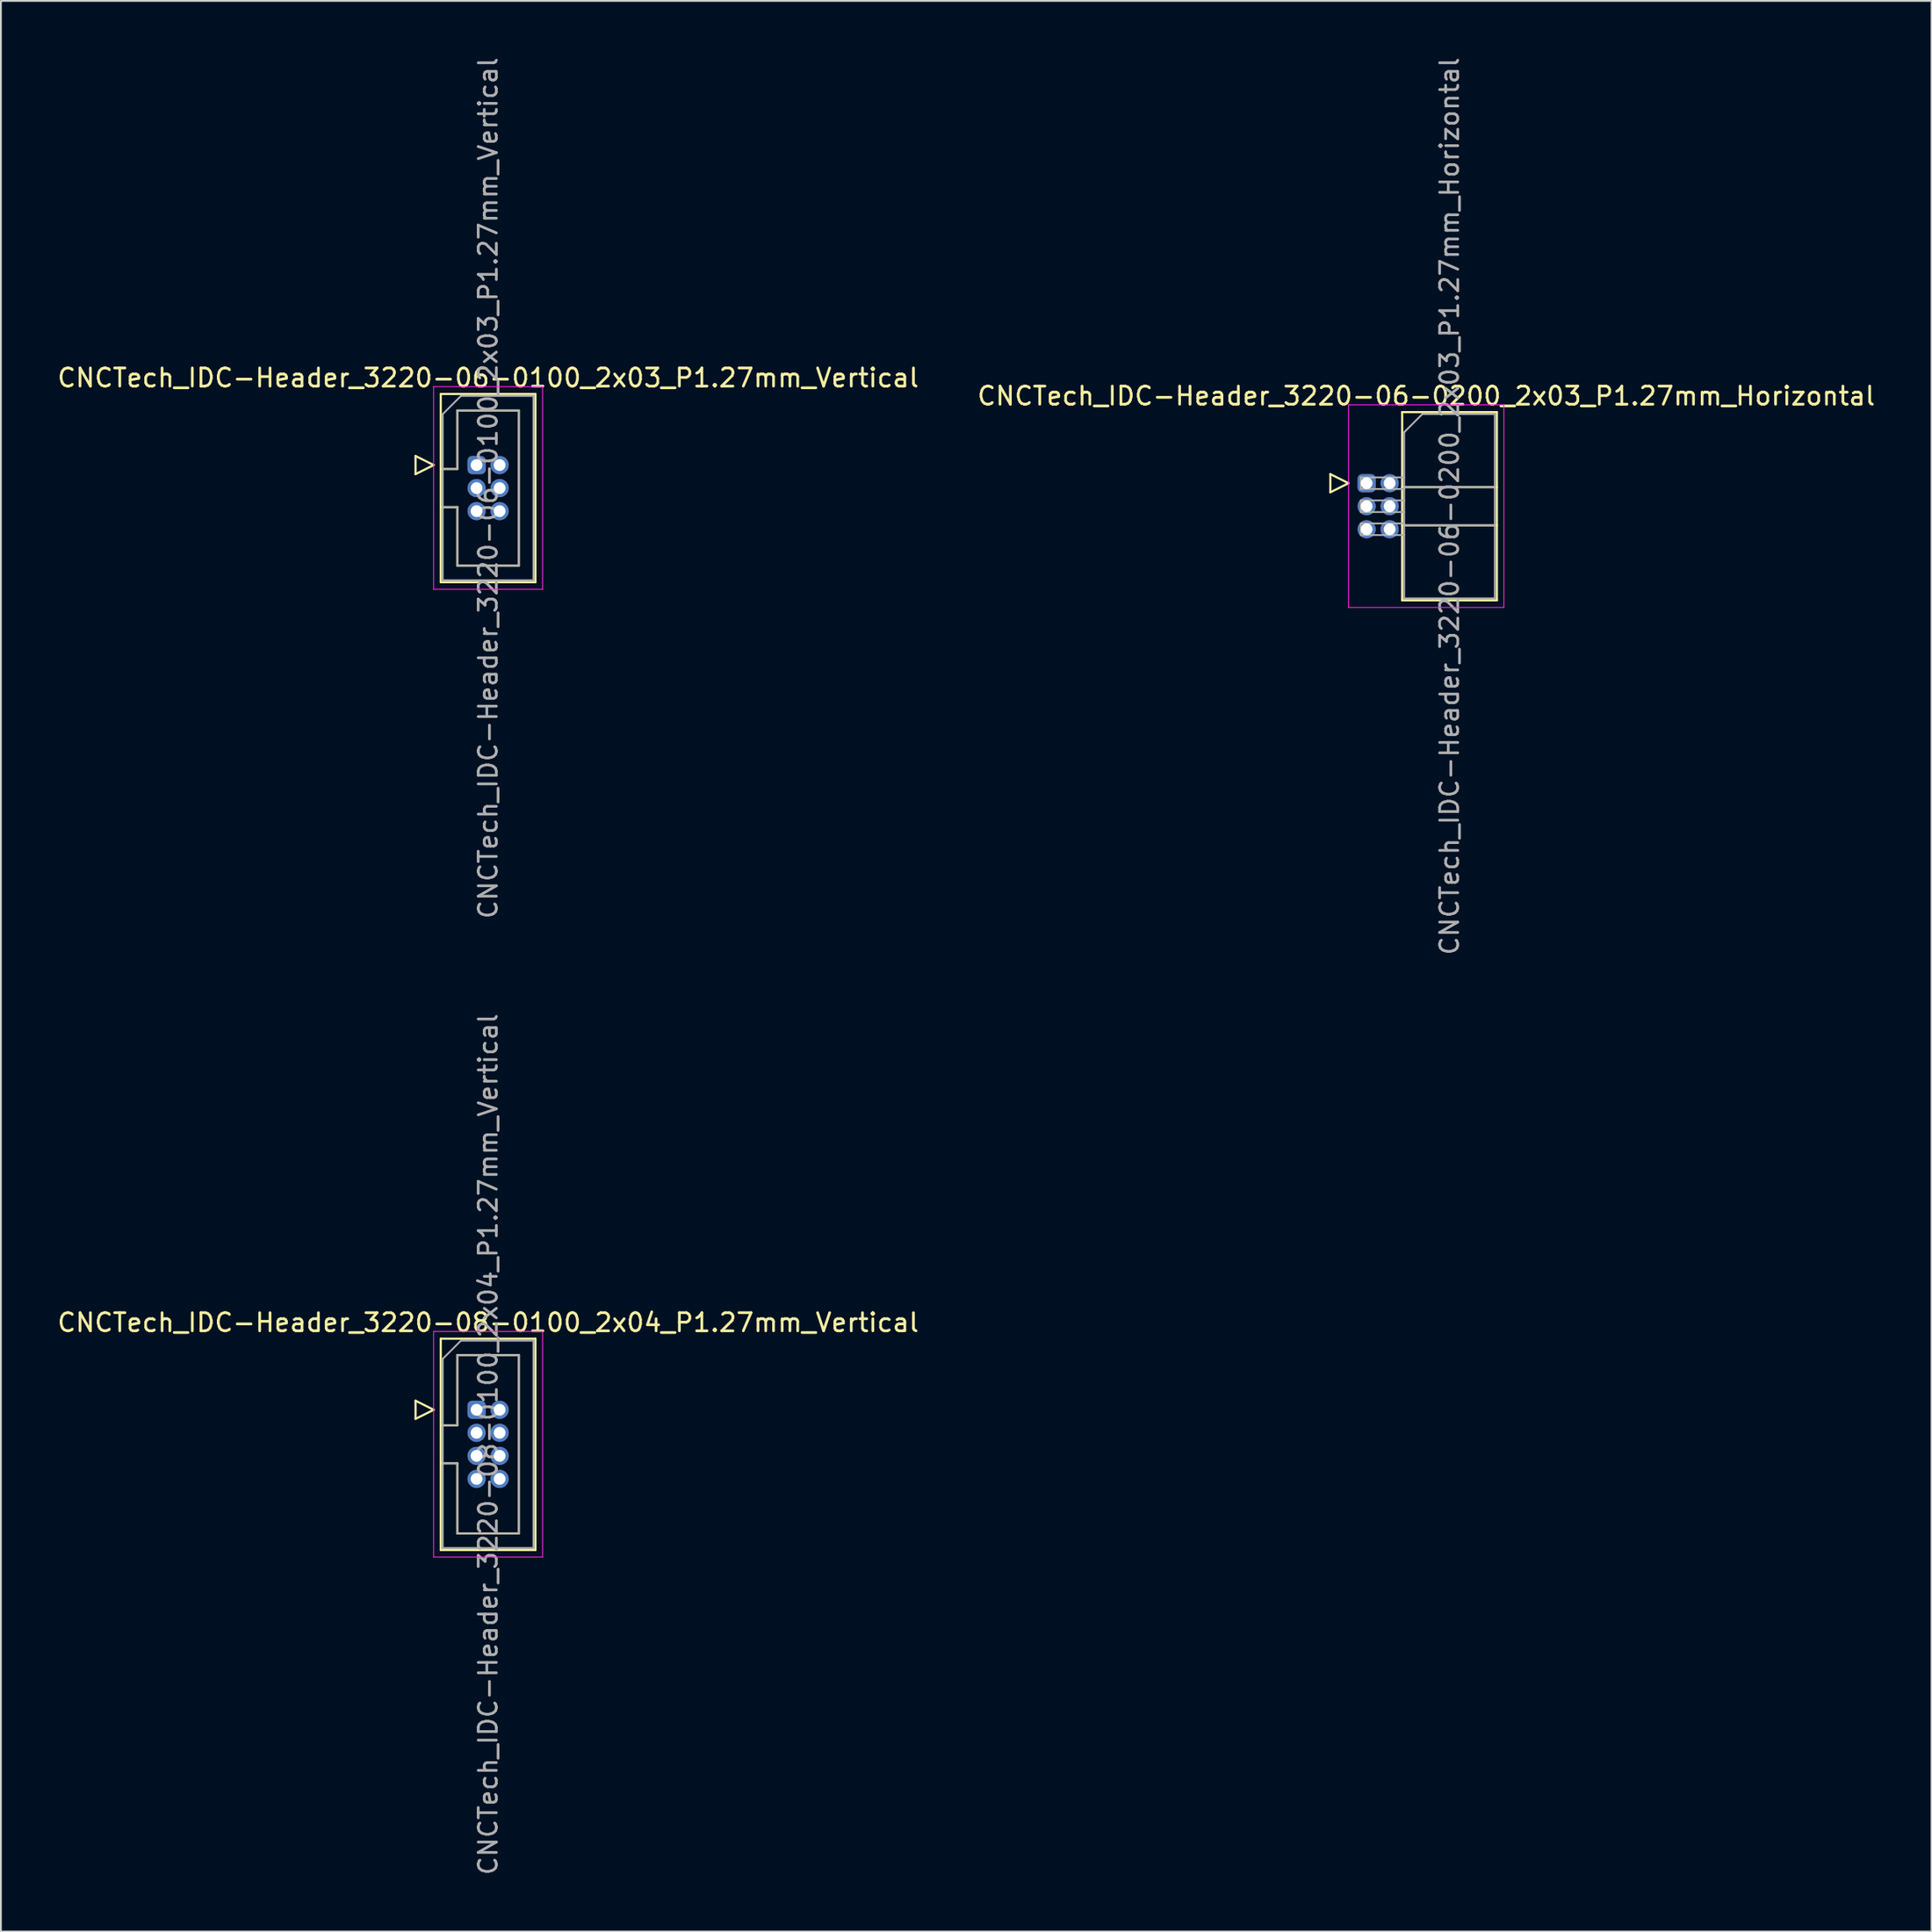
<source format=kicad_pcb>
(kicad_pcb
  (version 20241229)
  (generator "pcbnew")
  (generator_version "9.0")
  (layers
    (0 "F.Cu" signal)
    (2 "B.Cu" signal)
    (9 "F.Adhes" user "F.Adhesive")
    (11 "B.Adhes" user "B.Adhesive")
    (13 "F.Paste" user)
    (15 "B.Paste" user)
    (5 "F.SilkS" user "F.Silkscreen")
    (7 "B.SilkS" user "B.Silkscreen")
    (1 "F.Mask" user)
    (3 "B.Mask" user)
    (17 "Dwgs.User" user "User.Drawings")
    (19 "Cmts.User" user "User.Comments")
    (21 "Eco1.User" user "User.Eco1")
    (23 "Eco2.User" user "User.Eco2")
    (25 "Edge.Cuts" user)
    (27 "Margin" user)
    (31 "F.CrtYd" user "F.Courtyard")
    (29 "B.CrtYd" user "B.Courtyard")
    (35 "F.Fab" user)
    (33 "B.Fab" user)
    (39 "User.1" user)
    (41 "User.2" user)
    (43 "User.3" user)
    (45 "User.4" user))
  (footprint "CNCTech_IDC-Header_3220-08-0100_2x04_P1.27mm_Vertical"
    (layer "F.Cu")
    (at 23.228 74.684)
    (property "Reference" "CNCTech_IDC-Header_3220-08-0100_2x04_P1.27mm_Vertical" (at 0.635 -4.81 0) (layer "F.SilkS") (effects (font (size 1 1) (thickness 0.15))))
    (attr through_hole)
    (fp_line (start -3.365 -0.5) (end -3.365 0.5) (stroke (width 0.12) (type solid)) (layer "F.SilkS"))
    (fp_line (start -3.365 0.5) (end -2.365 0) (stroke (width 0.12) (type solid)) (layer "F.SilkS"))
    (fp_line (start -2.365 0) (end -3.365 -0.5) (stroke (width 0.12) (type solid)) (layer "F.SilkS"))
    (fp_line (start -1.975 -3.92) (end 3.245 -3.92) (stroke (width 0.12) (type solid)) (layer "F.SilkS"))
    (fp_line (start -1.975 0.855) (end -1.065 0.855) (stroke (width 0.12) (type solid)) (layer "F.SilkS"))
    (fp_line (start -1.975 7.73) (end -1.975 -3.92) (stroke (width 0.12) (type solid)) (layer "F.SilkS"))
    (fp_line (start -1.065 -3.01) (end 2.335 -3.01) (stroke (width 0.12) (type solid)) (layer "F.SilkS"))
    (fp_line (start -1.065 0.855) (end -1.065 -3.01) (stroke (width 0.12) (type solid)) (layer "F.SilkS"))
    (fp_line (start -1.065 2.955) (end -1.975 2.955) (stroke (width 0.12) (type solid)) (layer "F.SilkS"))
    (fp_line (start -1.065 2.955) (end -1.065 2.955) (stroke (width 0.12) (type solid)) (layer "F.SilkS"))
    (fp_line (start -1.065 6.82) (end -1.065 2.955) (stroke (width 0.12) (type solid)) (layer "F.SilkS"))
    (fp_line (start 2.335 -3.01) (end 2.335 6.82) (stroke (width 0.12) (type solid)) (layer "F.SilkS"))
    (fp_line (start 2.335 6.82) (end -1.065 6.82) (stroke (width 0.12) (type solid)) (layer "F.SilkS"))
    (fp_line (start 3.245 -3.92) (end 3.245 7.73) (stroke (width 0.12) (type solid)) (layer "F.SilkS"))
    (fp_line (start 3.245 7.73) (end -1.975 7.73) (stroke (width 0.12) (type solid)) (layer "F.SilkS"))
    (fp_line (start -2.37 -4.32) (end -2.37 8.12) (stroke (width 0.05) (type solid)) (layer "F.CrtYd"))
    (fp_line (start -2.37 8.12) (end 3.64 8.12) (stroke (width 0.05) (type solid)) (layer "F.CrtYd"))
    (fp_line (start 3.64 -4.32) (end -2.37 -4.32) (stroke (width 0.05) (type solid)) (layer "F.CrtYd"))
    (fp_line (start 3.64 8.12) (end 3.64 -4.32) (stroke (width 0.05) (type solid)) (layer "F.CrtYd"))
    (fp_line (start -1.865 -2.81) (end -0.865 -3.81) (stroke (width 0.1) (type solid)) (layer "F.Fab"))
    (fp_line (start -1.865 0.855) (end -1.065 0.855) (stroke (width 0.1) (type solid)) (layer "F.Fab"))
    (fp_line (start -1.865 7.62) (end -1.865 -2.81) (stroke (width 0.1) (type solid)) (layer "F.Fab"))
    (fp_line (start -1.065 -3.01) (end 2.335 -3.01) (stroke (width 0.1) (type solid)) (layer "F.Fab"))
    (fp_line (start -1.065 0.855) (end -1.065 -3.01) (stroke (width 0.1) (type solid)) (layer "F.Fab"))
    (fp_line (start -1.065 2.955) (end -1.865 2.955) (stroke (width 0.1) (type solid)) (layer "F.Fab"))
    (fp_line (start -1.065 2.955) (end -1.065 2.955) (stroke (width 0.1) (type solid)) (layer "F.Fab"))
    (fp_line (start -1.065 6.82) (end -1.065 2.955) (stroke (width 0.1) (type solid)) (layer "F.Fab"))
    (fp_line (start -0.865 -3.81) (end 3.135 -3.81) (stroke (width 0.1) (type solid)) (layer "F.Fab"))
    (fp_line (start 2.335 -3.01) (end 2.335 6.82) (stroke (width 0.1) (type solid)) (layer "F.Fab"))
    (fp_line (start 2.335 6.82) (end -1.065 6.82) (stroke (width 0.1) (type solid)) (layer "F.Fab"))
    (fp_line (start 3.135 -3.81) (end 3.135 7.62) (stroke (width 0.1) (type solid)) (layer "F.Fab"))
    (fp_line (start 3.135 7.62) (end -1.865 7.62) (stroke (width 0.1) (type solid)) (layer "F.Fab"))
    (fp_text user "${REFERENCE}" (at 0.635 1.905 90) (layer "F.Fab") (effects (font (size 1 1) (thickness 0.15))))
    (pad "1" thru_hole roundrect (at 0 0) (size 1 1) (drill 0.65) (layers "*.Cu" "*.Mask") (roundrect_rratio 0.25))
    (pad "2" thru_hole circle (at 1.27 0) (size 1 1) (drill 0.65) (layers "*.Cu" "*.Mask"))
    (pad "3" thru_hole circle (at 0 1.27) (size 1 1) (drill 0.65) (layers "*.Cu" "*.Mask"))
    (pad "4" thru_hole circle (at 1.27 1.27) (size 1 1) (drill 0.65) (layers "*.Cu" "*.Mask"))
    (pad "5" thru_hole circle (at 0 2.54) (size 1 1) (drill 0.65) (layers "*.Cu" "*.Mask"))
    (pad "6" thru_hole circle (at 1.27 2.54) (size 1 1) (drill 0.65) (layers "*.Cu" "*.Mask"))
    (pad "7" thru_hole circle (at 0 3.81) (size 1 1) (drill 0.65) (layers "*.Cu" "*.Mask"))
    (pad "8" thru_hole circle (at 1.27 3.81) (size 1 1) (drill 0.65) (layers "*.Cu" "*.Mask")))
  (footprint "CNCTech_IDC-Header_3220-06-0100_2x03_P1.27mm_Vertical"
    (layer "F.Cu")
    (at 23.228 22.593)
    (property "Reference" "CNCTech_IDC-Header_3220-06-0100_2x03_P1.27mm_Vertical" (at 0.635 -4.81 0) (layer "F.SilkS") (effects (font (size 1 1) (thickness 0.15))))
    (attr through_hole)
    (fp_line (start -3.365 -0.5) (end -3.365 0.5) (stroke (width 0.12) (type solid)) (layer "F.SilkS"))
    (fp_line (start -3.365 0.5) (end -2.365 0) (stroke (width 0.12) (type solid)) (layer "F.SilkS"))
    (fp_line (start -2.365 0) (end -3.365 -0.5) (stroke (width 0.12) (type solid)) (layer "F.SilkS"))
    (fp_line (start -1.975 -3.92) (end 3.245 -3.92) (stroke (width 0.12) (type solid)) (layer "F.SilkS"))
    (fp_line (start -1.975 0.22) (end -1.065 0.22) (stroke (width 0.12) (type solid)) (layer "F.SilkS"))
    (fp_line (start -1.975 6.46) (end -1.975 -3.92) (stroke (width 0.12) (type solid)) (layer "F.SilkS"))
    (fp_line (start -1.065 -3.01) (end 2.335 -3.01) (stroke (width 0.12) (type solid)) (layer "F.SilkS"))
    (fp_line (start -1.065 0.22) (end -1.065 -3.01) (stroke (width 0.12) (type solid)) (layer "F.SilkS"))
    (fp_line (start -1.065 2.32) (end -1.975 2.32) (stroke (width 0.12) (type solid)) (layer "F.SilkS"))
    (fp_line (start -1.065 2.32) (end -1.065 2.32) (stroke (width 0.12) (type solid)) (layer "F.SilkS"))
    (fp_line (start -1.065 5.55) (end -1.065 2.32) (stroke (width 0.12) (type solid)) (layer "F.SilkS"))
    (fp_line (start 2.335 -3.01) (end 2.335 5.55) (stroke (width 0.12) (type solid)) (layer "F.SilkS"))
    (fp_line (start 2.335 5.55) (end -1.065 5.55) (stroke (width 0.12) (type solid)) (layer "F.SilkS"))
    (fp_line (start 3.245 -3.92) (end 3.245 6.46) (stroke (width 0.12) (type solid)) (layer "F.SilkS"))
    (fp_line (start 3.245 6.46) (end -1.975 6.46) (stroke (width 0.12) (type solid)) (layer "F.SilkS"))
    (fp_line (start -2.37 -4.32) (end -2.37 6.85) (stroke (width 0.05) (type solid)) (layer "F.CrtYd"))
    (fp_line (start -2.37 6.85) (end 3.64 6.85) (stroke (width 0.05) (type solid)) (layer "F.CrtYd"))
    (fp_line (start 3.64 -4.32) (end -2.37 -4.32) (stroke (width 0.05) (type solid)) (layer "F.CrtYd"))
    (fp_line (start 3.64 6.85) (end 3.64 -4.32) (stroke (width 0.05) (type solid)) (layer "F.CrtYd"))
    (fp_line (start -1.865 -2.81) (end -0.865 -3.81) (stroke (width 0.1) (type solid)) (layer "F.Fab"))
    (fp_line (start -1.865 0.22) (end -1.065 0.22) (stroke (width 0.1) (type solid)) (layer "F.Fab"))
    (fp_line (start -1.865 6.35) (end -1.865 -2.81) (stroke (width 0.1) (type solid)) (layer "F.Fab"))
    (fp_line (start -1.065 -3.01) (end 2.335 -3.01) (stroke (width 0.1) (type solid)) (layer "F.Fab"))
    (fp_line (start -1.065 0.22) (end -1.065 -3.01) (stroke (width 0.1) (type solid)) (layer "F.Fab"))
    (fp_line (start -1.065 2.32) (end -1.865 2.32) (stroke (width 0.1) (type solid)) (layer "F.Fab"))
    (fp_line (start -1.065 2.32) (end -1.065 2.32) (stroke (width 0.1) (type solid)) (layer "F.Fab"))
    (fp_line (start -1.065 5.55) (end -1.065 2.32) (stroke (width 0.1) (type solid)) (layer "F.Fab"))
    (fp_line (start -0.865 -3.81) (end 3.135 -3.81) (stroke (width 0.1) (type solid)) (layer "F.Fab"))
    (fp_line (start 2.335 -3.01) (end 2.335 5.55) (stroke (width 0.1) (type solid)) (layer "F.Fab"))
    (fp_line (start 2.335 5.55) (end -1.065 5.55) (stroke (width 0.1) (type solid)) (layer "F.Fab"))
    (fp_line (start 3.135 -3.81) (end 3.135 6.35) (stroke (width 0.1) (type solid)) (layer "F.Fab"))
    (fp_line (start 3.135 6.35) (end -1.865 6.35) (stroke (width 0.1) (type solid)) (layer "F.Fab"))
    (fp_text user "${REFERENCE}" (at 0.635 1.27 90) (layer "F.Fab") (effects (font (size 1 1) (thickness 0.15))))
    (pad "1" thru_hole roundrect (at 0 0) (size 1 1) (drill 0.65) (layers "*.Cu" "*.Mask") (roundrect_rratio 0.25))
    (pad "2" thru_hole circle (at 1.27 0) (size 1 1) (drill 0.65) (layers "*.Cu" "*.Mask"))
    (pad "3" thru_hole circle (at 0 1.27) (size 1 1) (drill 0.65) (layers "*.Cu" "*.Mask"))
    (pad "4" thru_hole circle (at 1.27 1.27) (size 1 1) (drill 0.65) (layers "*.Cu" "*.Mask"))
    (pad "5" thru_hole circle (at 0 2.54) (size 1 1) (drill 0.65) (layers "*.Cu" "*.Mask"))
    (pad "6" thru_hole circle (at 1.27 2.54) (size 1 1) (drill 0.65) (layers "*.Cu" "*.Mask")))
  (footprint "CNCTech_IDC-Header_3220-06-0200_2x03_P1.27mm_Horizontal"
    (layer "F.Cu")
    (at 72.304 23.593)
    (property "Reference" "CNCTech_IDC-Header_3220-06-0200_2x03_P1.27mm_Horizontal" (at 3.285 -4.81 0) (layer "F.SilkS") (effects (font (size 1 1) (thickness 0.15))))
    (attr through_hole)
    (fp_line (start -2 -0.5) (end -2 0.5) (stroke (width 0.12) (type solid)) (layer "F.SilkS"))
    (fp_line (start -2 0.5) (end -1 0) (stroke (width 0.12) (type solid)) (layer "F.SilkS"))
    (fp_line (start -1 0) (end -2 -0.5) (stroke (width 0.12) (type solid)) (layer "F.SilkS"))
    (fp_line (start 1.96 -3.92) (end 7.18 -3.92) (stroke (width 0.12) (type solid)) (layer "F.SilkS"))
    (fp_line (start 1.96 0.22) (end 7.18 0.22) (stroke (width 0.12) (type solid)) (layer "F.SilkS"))
    (fp_line (start 1.96 2.32) (end 7.18 2.32) (stroke (width 0.12) (type solid)) (layer "F.SilkS"))
    (fp_line (start 1.96 6.46) (end 1.96 -3.92) (stroke (width 0.12) (type solid)) (layer "F.SilkS"))
    (fp_line (start 7.18 -3.92) (end 7.18 6.46) (stroke (width 0.12) (type solid)) (layer "F.SilkS"))
    (fp_line (start 7.18 6.46) (end 1.96 6.46) (stroke (width 0.12) (type solid)) (layer "F.SilkS"))
    (fp_line (start -1 -4.32) (end -1 6.85) (stroke (width 0.05) (type solid)) (layer "F.CrtYd"))
    (fp_line (start -1 6.85) (end 7.57 6.85) (stroke (width 0.05) (type solid)) (layer "F.CrtYd"))
    (fp_line (start 7.57 -4.32) (end -1 -4.32) (stroke (width 0.05) (type solid)) (layer "F.CrtYd"))
    (fp_line (start 7.57 6.85) (end 7.57 -4.32) (stroke (width 0.05) (type solid)) (layer "F.CrtYd"))
    (fp_line (start -0.32 -0.32) (end -0.32 0.32) (stroke (width 0.1) (type solid)) (layer "F.Fab"))
    (fp_line (start -0.32 0.32) (end 2.07 0.32) (stroke (width 0.1) (type solid)) (layer "F.Fab"))
    (fp_line (start -0.32 0.95) (end -0.32 1.59) (stroke (width 0.1) (type solid)) (layer "F.Fab"))
    (fp_line (start -0.32 1.59) (end 2.07 1.59) (stroke (width 0.1) (type solid)) (layer "F.Fab"))
    (fp_line (start -0.32 2.22) (end -0.32 2.86) (stroke (width 0.1) (type solid)) (layer "F.Fab"))
    (fp_line (start -0.32 2.86) (end 2.07 2.86) (stroke (width 0.1) (type solid)) (layer "F.Fab"))
    (fp_line (start 2.07 -2.81) (end 3.07 -3.81) (stroke (width 0.1) (type solid)) (layer "F.Fab"))
    (fp_line (start 2.07 -0.32) (end -0.32 -0.32) (stroke (width 0.1) (type solid)) (layer "F.Fab"))
    (fp_line (start 2.07 0.22) (end 7.07 0.22) (stroke (width 0.1) (type solid)) (layer "F.Fab"))
    (fp_line (start 2.07 0.95) (end -0.32 0.95) (stroke (width 0.1) (type solid)) (layer "F.Fab"))
    (fp_line (start 2.07 2.22) (end -0.32 2.22) (stroke (width 0.1) (type solid)) (layer "F.Fab"))
    (fp_line (start 2.07 2.32) (end 7.07 2.32) (stroke (width 0.1) (type solid)) (layer "F.Fab"))
    (fp_line (start 2.07 6.35) (end 2.07 -2.81) (stroke (width 0.1) (type solid)) (layer "F.Fab"))
    (fp_line (start 3.07 -3.81) (end 7.07 -3.81) (stroke (width 0.1) (type solid)) (layer "F.Fab"))
    (fp_line (start 7.07 -3.81) (end 7.07 6.35) (stroke (width 0.1) (type solid)) (layer "F.Fab"))
    (fp_line (start 7.07 6.35) (end 2.07 6.35) (stroke (width 0.1) (type solid)) (layer "F.Fab"))
    (fp_text user "${REFERENCE}" (at 4.57 1.27 90) (layer "F.Fab") (effects (font (size 1 1) (thickness 0.15))))
    (pad "1" thru_hole roundrect (at 0 0) (size 1 1) (drill 0.65) (layers "*.Cu" "*.Mask") (roundrect_rratio 0.25))
    (pad "2" thru_hole circle (at 1.27 0) (size 1 1) (drill 0.65) (layers "*.Cu" "*.Mask"))
    (pad "3" thru_hole circle (at 0 1.27) (size 1 1) (drill 0.65) (layers "*.Cu" "*.Mask"))
    (pad "4" thru_hole circle (at 1.27 1.27) (size 1 1) (drill 0.65) (layers "*.Cu" "*.Mask"))
    (pad "5" thru_hole circle (at 0 2.54) (size 1 1) (drill 0.65) (layers "*.Cu" "*.Mask"))
    (pad "6" thru_hole circle (at 1.27 2.54) (size 1 1) (drill 0.65) (layers "*.Cu" "*.Mask")))
  (gr_rect
    (start -3 -3)
    (end 103.452 103.452)
    (stroke (width 0.1) (type default))
    (fill no)
    (layer "Edge.Cuts")))
</source>
